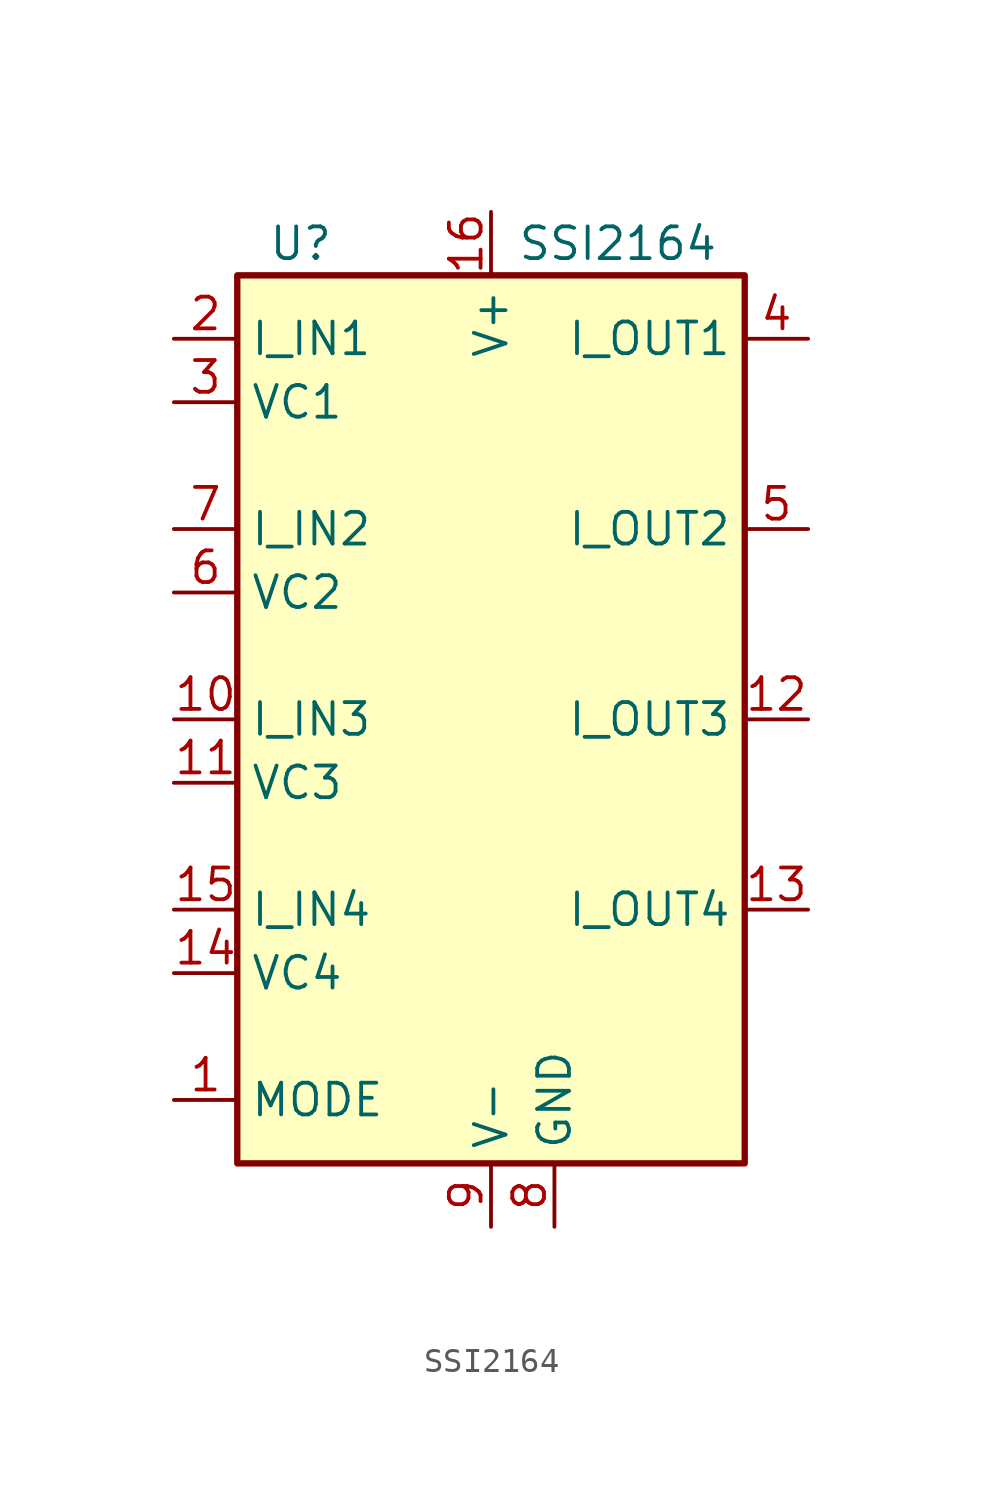
<source format=kicad_sym>
(kicad_symbol_lib
  (version 20241209)
  (generator "kicad_symbol_editor")
  (generator_version "9.0")
  (symbol "SSI2164"
    (property "Reference" "U"
      (at -7.62 19.05 0)
      (effects (font (size 1.27 1.27))))
    (property "Value" "SSI2164"
      (at 5.08 19.05 0)
      (effects (font (size 1.27 1.27))))
    (symbol "SSI2164_0_1"
      (rectangle (start -10.16 17.78) (end 10.16 -17.78) (stroke (width 0.254) (type default)) (fill (type background))))
    (symbol "SSI2164_1_1"
      (pin input line (at -12.7 15.24 0) (length 2.54) (name "I_IN1" (effects (font (size 1.27 1.27)))) (number "2" (effects (font (size 1.27 1.27)))))
      (pin passive line (at -12.7 12.7 0) (length 2.54) (name "VC1" (effects (font (size 1.27 1.27)))) (number "3" (effects (font (size 1.27 1.27)))))
      (pin input line (at -12.7 7.62 0) (length 2.54) (name "I_IN2" (effects (font (size 1.27 1.27)))) (number "7" (effects (font (size 1.27 1.27)))))
      (pin passive line (at -12.7 5.08 0) (length 2.54) (name "VC2" (effects (font (size 1.27 1.27)))) (number "6" (effects (font (size 1.27 1.27)))))
      (pin input line (at -12.7 0 0) (length 2.54) (name "I_IN3" (effects (font (size 1.27 1.27)))) (number "10" (effects (font (size 1.27 1.27)))))
      (pin passive line (at -12.7 -2.54 0) (length 2.54) (name "VC3" (effects (font (size 1.27 1.27)))) (number "11" (effects (font (size 1.27 1.27)))))
      (pin input line (at -12.7 -7.62 0) (length 2.54) (name "I_IN4" (effects (font (size 1.27 1.27)))) (number "15" (effects (font (size 1.27 1.27)))))
      (pin passive line (at -12.7 -10.16 0) (length 2.54) (name "VC4" (effects (font (size 1.27 1.27)))) (number "14" (effects (font (size 1.27 1.27)))))
      (pin passive line (at -12.7 -15.24 0) (length 2.54) (name "MODE" (effects (font (size 1.27 1.27)))) (number "1" (effects (font (size 1.27 1.27)))))
      (pin power_in line (at 0 20.32 270) (length 2.54) (name "V+" (effects (font (size 1.27 1.27)))) (number "16" (effects (font (size 1.27 1.27)))))
      (pin power_in line (at 0 -20.32 90) (length 2.54) (name "V-" (effects (font (size 1.27 1.27)))) (number "9" (effects (font (size 1.27 1.27)))))
      (pin power_in line (at 2.54 -20.32 90) (length 2.54) (name "GND" (effects (font (size 1.27 1.27)))) (number "8" (effects (font (size 1.27 1.27)))))
      (pin output line (at 12.7 15.24 180) (length 2.54) (name "I_OUT1" (effects (font (size 1.27 1.27)))) (number "4" (effects (font (size 1.27 1.27)))))
      (pin output line (at 12.7 7.62 180) (length 2.54) (name "I_OUT2" (effects (font (size 1.27 1.27)))) (number "5" (effects (font (size 1.27 1.27)))))
      (pin output line (at 12.7 0 180) (length 2.54) (name "I_OUT3" (effects (font (size 1.27 1.27)))) (number "12" (effects (font (size 1.27 1.27)))))
      (pin output line (at 12.7 -7.62 180) (length 2.54) (name "I_OUT4" (effects (font (size 1.27 1.27)))) (number "13" (effects (font (size 1.27 1.27))))))))
</source>
